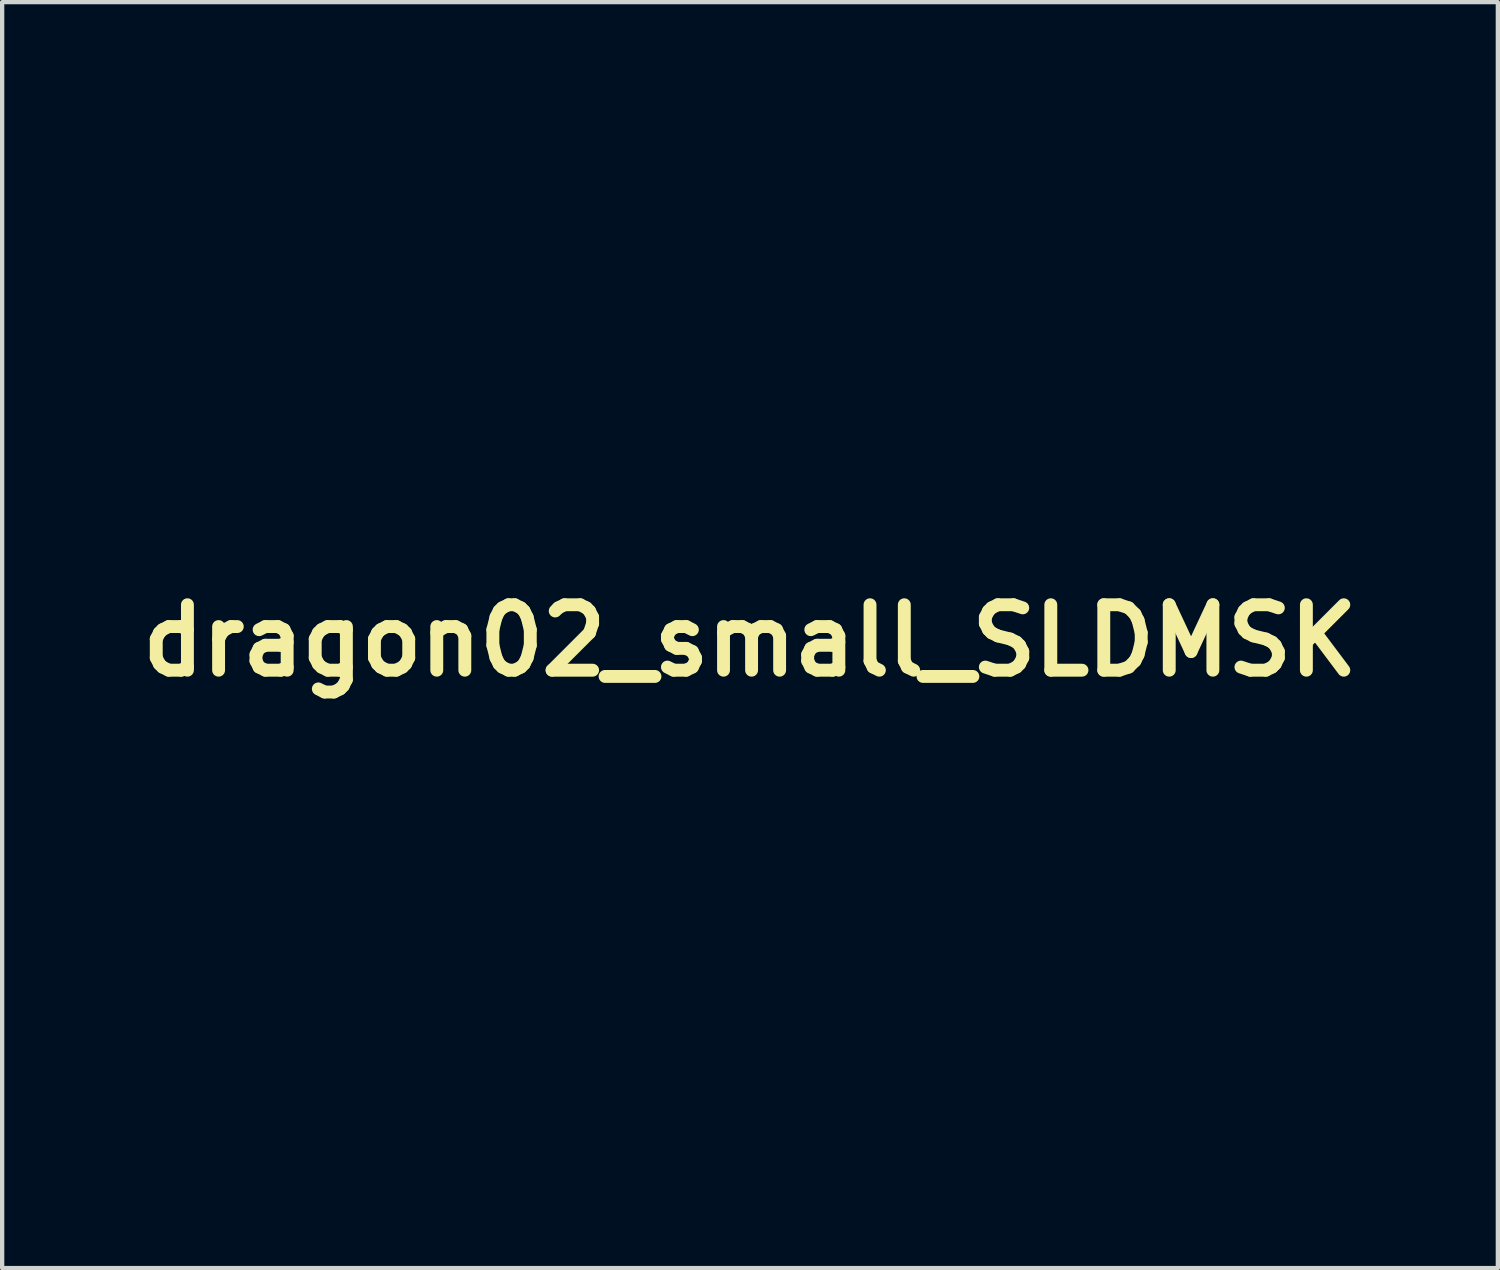
<source format=kicad_pcb>
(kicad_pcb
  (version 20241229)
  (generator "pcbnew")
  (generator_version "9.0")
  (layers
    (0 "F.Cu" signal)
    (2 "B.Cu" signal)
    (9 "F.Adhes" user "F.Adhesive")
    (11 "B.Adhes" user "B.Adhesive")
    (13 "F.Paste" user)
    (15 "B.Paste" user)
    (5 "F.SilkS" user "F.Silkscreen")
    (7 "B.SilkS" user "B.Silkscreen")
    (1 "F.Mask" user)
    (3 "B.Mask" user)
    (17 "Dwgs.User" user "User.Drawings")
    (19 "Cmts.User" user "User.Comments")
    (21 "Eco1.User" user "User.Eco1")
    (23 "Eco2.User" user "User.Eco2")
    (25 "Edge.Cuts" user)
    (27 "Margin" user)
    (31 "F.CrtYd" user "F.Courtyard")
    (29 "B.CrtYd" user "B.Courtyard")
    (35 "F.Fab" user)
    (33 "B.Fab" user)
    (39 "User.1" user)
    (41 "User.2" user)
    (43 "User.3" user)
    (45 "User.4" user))
  (footprint "dragon02_small_SLDMSK"
    (layer "F.Cu")
    (at 14.413 11.865)
    (property "Reference" "dragon02_small_SLDMSK" (at 0 0 0) (layer "F.SilkS") (effects (font (size 1.524 1.524) (thickness 0.3))))
    (attr through_hole)
    (fp_poly (pts (xy 1.686 9.169) (xy 1.712 9.194) (xy 1.709 9.237) (xy 1.68 9.287) (xy 1.638 9.325) (xy 1.599 9.339) (xy 1.571 9.327) (xy 1.563 9.299) (xy 1.576 9.26) (xy 1.607 9.217) (xy 1.644 9.183) (xy 1.678 9.168) (xy 1.686 9.169)) (stroke (width 0.01) (type solid)) (fill yes) (layer "F.Mask"))
    (fp_poly (pts (xy 1.954 -0.715) (xy 2.108 -0.695) (xy 2.293 -0.663) (xy 2.491 -0.622) (xy 2.793 -0.547) (xy 3.106 -0.452) (xy 3.424 -0.338) (xy 3.74 -0.209) (xy 4.047 -0.068) (xy 4.338 0.081) (xy 4.606 0.237) (xy 4.844 0.395) (xy 4.914 0.446) (xy 5.038 0.543) (xy 5.147 0.635) (xy 5.238 0.719) (xy 5.307 0.79) (xy 5.351 0.847) (xy 5.367 0.886) (xy 5.365 0.897) (xy 5.339 0.903) (xy 5.28 0.893) (xy 5.186 0.867) (xy 5.058 0.824) (xy 4.895 0.765) (xy 4.839 0.745) (xy 4.742 0.709) (xy 4.656 0.679) (xy 4.59 0.659) (xy 4.549 0.649) (xy 4.541 0.649) (xy 4.54 0.666) (xy 4.566 0.711) (xy 4.617 0.784) (xy 4.681 0.869) (xy 4.881 1.132) (xy 5.055 1.377) (xy 5.208 1.613) (xy 5.345 1.847) (xy 5.469 2.087) (xy 5.587 2.339) (xy 5.632 2.444) (xy 5.702 2.617) (xy 5.769 2.802) (xy 5.831 2.991) (xy 5.888 3.18) (xy 5.936 3.361) (xy 5.975 3.528) (xy 6.002 3.675) (xy 6.016 3.796) (xy 6.018 3.84) (xy 6.015 3.898) (xy 6.007 3.932) (xy 5.991 3.94) (xy 5.965 3.921) (xy 5.929 3.874) (xy 5.88 3.796) (xy 5.817 3.685) (xy 5.756 3.575) (xy 5.679 3.439) (xy 5.597 3.304) (xy 5.514 3.174) (xy 5.432 3.053) (xy 5.355 2.946) (xy 5.285 2.856) (xy 5.225 2.788) (xy 5.18 2.747) (xy 5.154 2.735) (xy 5.146 2.755) (xy 5.142 2.811) (xy 5.142 2.903) (xy 5.147 3.028) (xy 5.157 3.186) (xy 5.17 3.374) (xy 5.178 3.477) (xy 5.189 3.843) (xy 5.163 4.217) (xy 5.102 4.594) (xy 5.006 4.97) (xy 4.877 5.342) (xy 4.715 5.707) (xy 4.523 6.061) (xy 4.303 6.396) (xy 4.242 6.477) (xy 4.165 6.574) (xy 4.076 6.682) (xy 3.982 6.794) (xy 3.887 6.904) (xy 3.797 7.005) (xy 3.718 7.092) (xy 3.653 7.159) (xy 3.623 7.187) (xy 3.56 7.237) (xy 3.512 7.265) (xy 3.484 7.267) (xy 3.478 7.254) (xy 3.487 7.232) (xy 3.512 7.184) (xy 3.55 7.115) (xy 3.596 7.032) (xy 3.607 7.014) (xy 3.72 6.812) (xy 3.813 6.637) (xy 3.886 6.484) (xy 3.942 6.349) (xy 3.982 6.227) (xy 4.007 6.113) (xy 4.02 6.003) (xy 4.022 5.892) (xy 4.021 5.866) (xy 4.015 5.723) (xy 3.831 5.873) (xy 3.612 6.041) (xy 3.404 6.178) (xy 3.214 6.282) (xy 3 6.374) (xy 2.771 6.452) (xy 2.539 6.515) (xy 2.312 6.559) (xy 2.101 6.582) (xy 2.009 6.584) (xy 1.903 6.581) (xy 1.832 6.571) (xy 1.798 6.554) (xy 1.801 6.53) (xy 1.84 6.499) (xy 1.917 6.459) (xy 2.031 6.411) (xy 2.183 6.355) (xy 2.228 6.339) (xy 2.585 6.195) (xy 2.924 6.019) (xy 3.243 5.812) (xy 3.541 5.578) (xy 3.814 5.318) (xy 4.062 5.034) (xy 4.281 4.73) (xy 4.471 4.407) (xy 4.628 4.067) (xy 4.751 3.714) (xy 4.82 3.44) (xy 4.841 3.339) (xy 4.855 3.25) (xy 4.864 3.163) (xy 4.87 3.066) (xy 4.872 2.949) (xy 4.873 2.853) (xy 4.872 2.693) (xy 4.867 2.564) (xy 4.858 2.456) (xy 4.843 2.361) (xy 4.839 2.336) (xy 4.752 2) (xy 4.629 1.679) (xy 4.47 1.373) (xy 4.276 1.083) (xy 4.045 0.807) (xy 3.778 0.547) (xy 3.476 0.302) (xy 3.138 0.072) (xy 3.071 0.031) (xy 2.962 -0.033) (xy 2.856 -0.092) (xy 2.747 -0.149) (xy 2.626 -0.207) (xy 2.486 -0.271) (xy 2.32 -0.344) (xy 2.237 -0.379) (xy 2.078 -0.448) (xy 1.951 -0.503) (xy 1.853 -0.547) (xy 1.781 -0.582) (xy 1.73 -0.609) (xy 1.697 -0.631) (xy 1.679 -0.649) (xy 1.671 -0.666) (xy 1.671 -0.674) (xy 1.689 -0.703) (xy 1.743 -0.719) (xy 1.832 -0.723) (xy 1.954 -0.715)) (stroke (width 0.01) (type solid)) (fill yes) (layer "F.Mask"))
    (fp_poly (pts (xy -3.502 -1.645) (xy -3.458 -1.61) (xy -3.403 -1.545) (xy -3.39 -1.528) (xy -3.357 -1.477) (xy -3.312 -1.401) (xy -3.259 -1.308) (xy -3.204 -1.206) (xy -3.183 -1.167) (xy -3.059 -0.941) (xy -2.938 -0.744) (xy -2.813 -0.565) (xy -2.677 -0.396) (xy -2.665 -0.382) (xy -2.514 -0.208) (xy -2.556 0.132) (xy -2.574 0.276) (xy -2.591 0.385) (xy -2.607 0.465) (xy -2.625 0.519) (xy -2.645 0.553) (xy -2.669 0.571) (xy -2.699 0.577) (xy -2.706 0.577) (xy -2.741 0.582) (xy -2.769 0.601) (xy -2.79 0.637) (xy -2.808 0.696) (xy -2.824 0.784) (xy -2.84 0.905) (xy -2.843 0.93) (xy -2.861 1.099) (xy -2.87 1.233) (xy -2.87 1.335) (xy -2.861 1.408) (xy -2.843 1.455) (xy -2.815 1.48) (xy -2.786 1.485) (xy -2.725 1.468) (xy -2.667 1.423) (xy -2.623 1.361) (xy -2.607 1.313) (xy -2.587 1.215) (xy -2.559 1.144) (xy -2.517 1.087) (xy -2.466 1.04) (xy -2.411 0.994) (xy -2.339 0.931) (xy -2.263 0.862) (xy -2.228 0.828) (xy -2.101 0.713) (xy -1.99 0.621) (xy -1.885 0.545) (xy -1.777 0.48) (xy -1.696 0.438) (xy -1.48 0.345) (xy -1.272 0.287) (xy -1.076 0.266) (xy -0.891 0.281) (xy -0.778 0.31) (xy -0.683 0.347) (xy -0.627 0.381) (xy -0.61 0.412) (xy -0.621 0.433) (xy -0.647 0.441) (xy -0.706 0.45) (xy -0.792 0.458) (xy -0.898 0.465) (xy -0.962 0.468) (xy -1.101 0.475) (xy -1.21 0.486) (xy -1.301 0.502) (xy -1.382 0.528) (xy -1.464 0.566) (xy -1.557 0.619) (xy -1.67 0.692) (xy -1.671 0.692) (xy -1.821 0.797) (xy -1.936 0.895) (xy -2.02 0.99) (xy -2.074 1.086) (xy -2.103 1.187) (xy -2.11 1.271) (xy -2.105 1.339) (xy -2.094 1.394) (xy -2.084 1.415) (xy -2.063 1.437) (xy -2.036 1.441) (xy -1.988 1.428) (xy -1.982 1.426) (xy -1.929 1.406) (xy -1.855 1.374) (xy -1.772 1.335) (xy -1.739 1.319) (xy -1.502 1.216) (xy -1.275 1.149) (xy -1.056 1.117) (xy -0.961 1.114) (xy -0.862 1.119) (xy -0.78 1.132) (xy -0.721 1.152) (xy -0.689 1.176) (xy -0.687 1.202) (xy -0.718 1.228) (xy -0.75 1.241) (xy -0.81 1.261) (xy -0.89 1.286) (xy -0.967 1.309) (xy -1.157 1.372) (xy -1.338 1.446) (xy -1.502 1.53) (xy -1.643 1.617) (xy -1.744 1.698) (xy -1.823 1.781) (xy -1.89 1.866) (xy -1.939 1.947) (xy -1.966 2.016) (xy -1.97 2.055) (xy -1.964 2.075) (xy -1.95 2.091) (xy -1.923 2.105) (xy -1.878 2.116) (xy -1.811 2.127) (xy -1.715 2.139) (xy -1.587 2.153) (xy -1.541 2.157) (xy -1.314 2.187) (xy -1.117 2.226) (xy -0.942 2.277) (xy -0.78 2.343) (xy -0.752 2.356) (xy -0.644 2.418) (xy -0.538 2.494) (xy -0.444 2.576) (xy -0.372 2.656) (xy -0.353 2.684) (xy -0.322 2.739) (xy -0.312 2.775) (xy -0.324 2.79) (xy -0.361 2.787) (xy -0.426 2.763) (xy -0.52 2.72) (xy -0.592 2.686) (xy -0.702 2.634) (xy -0.804 2.594) (xy -0.907 2.565) (xy -1.018 2.543) (xy -1.146 2.527) (xy -1.301 2.516) (xy -1.397 2.511) (xy -1.5 2.506) (xy -1.592 2.501) (xy -1.664 2.495) (xy -1.708 2.491) (xy -1.714 2.49) (xy -1.738 2.49) (xy -1.759 2.505) (xy -1.784 2.541) (xy -1.816 2.605) (xy -1.828 2.629) (xy -1.887 2.736) (xy -1.947 2.806) (xy -2.01 2.842) (xy -2.081 2.846) (xy -2.12 2.836) (xy -2.165 2.818) (xy -2.218 2.791) (xy -2.218 2.791) (xy -2.26 2.776) (xy -2.331 2.758) (xy -2.421 2.739) (xy -2.523 2.721) (xy -2.541 2.718) (xy -2.646 2.701) (xy -2.746 2.683) (xy -2.829 2.665) (xy -2.884 2.65) (xy -2.889 2.649) (xy -2.947 2.623) (xy -3.01 2.587) (xy -3.071 2.546) (xy -3.12 2.508) (xy -3.15 2.476) (xy -3.154 2.46) (xy -3.13 2.449) (xy -3.081 2.441) (xy -3.062 2.44) (xy -2.995 2.435) (xy -2.935 2.427) (xy -2.927 2.425) (xy -2.907 2.42) (xy -2.898 2.411) (xy -2.901 2.394) (xy -2.92 2.365) (xy -2.958 2.318) (xy -3.016 2.25) (xy -3.07 2.188) (xy -3.262 1.96) (xy -3.426 1.747) (xy -3.565 1.541) (xy -3.684 1.338) (xy -3.787 1.129) (xy -3.877 0.909) (xy -3.887 0.881) (xy -3.91 0.811) (xy -3.934 0.723) (xy -3.958 0.625) (xy -3.98 0.523) (xy -3.998 0.426) (xy -4.012 0.339) (xy -4.021 0.271) (xy -4.022 0.227) (xy -4.017 0.215) (xy -4.002 0.229) (xy -3.969 0.268) (xy -3.921 0.325) (xy -3.872 0.386) (xy -3.811 0.461) (xy -3.754 0.528) (xy -3.708 0.581) (xy -3.685 0.604) (xy -3.634 0.652) (xy -3.646 0.585) (xy -3.654 0.544) (xy -3.67 0.472) (xy -3.691 0.379) (xy -3.716 0.271) (xy -3.735 0.19) (xy -3.765 0.055) (xy -3.796 -0.092) (xy -3.823 -0.238) (xy -3.846 -0.366) (xy -3.852 -0.406) (xy -3.869 -0.539) (xy -3.883 -0.674) (xy -3.891 -0.804) (xy -3.895 -0.922) (xy -3.894 -1.023) (xy -3.889 -1.101) (xy -3.878 -1.148) (xy -3.872 -1.157) (xy -3.842 -1.165) (xy -3.809 -1.136) (xy -3.772 -1.07) (xy -3.734 -0.97) (xy -3.725 -0.943) (xy -3.678 -0.795) (xy -3.657 -0.92) (xy -3.647 -0.989) (xy -3.636 -1.084) (xy -3.625 -1.193) (xy -3.616 -1.304) (xy -3.615 -1.307) (xy -3.602 -1.447) (xy -3.586 -1.55) (xy -3.564 -1.616) (xy -3.537 -1.647) (xy -3.502 -1.645)) (stroke (width 0.01) (type solid)) (fill yes) (layer "F.Mask"))
    (fp_poly (pts (xy -1.361 -7.755) (xy -1.222 -7.752) (xy -1.117 -7.745) (xy -1.046 -7.734) (xy -1.009 -7.716) (xy -1.007 -7.691) (xy -1.04 -7.657) (xy -1.108 -7.614) (xy -1.211 -7.559) (xy -1.351 -7.493) (xy -1.456 -7.446) (xy -1.699 -7.33) (xy -1.911 -7.214) (xy -2.097 -7.094) (xy -2.239 -6.988) (xy -2.464 -6.786) (xy -2.675 -6.555) (xy -2.867 -6.302) (xy -3.038 -6.034) (xy -3.181 -5.757) (xy -3.295 -5.477) (xy -3.358 -5.266) (xy -3.42 -4.948) (xy -3.45 -4.628) (xy -3.448 -4.312) (xy -3.415 -4.005) (xy -3.35 -3.711) (xy -3.254 -3.436) (xy -3.242 -3.408) (xy -3.096 -3.124) (xy -2.915 -2.856) (xy -2.7 -2.605) (xy -2.451 -2.372) (xy -2.17 -2.157) (xy -1.858 -1.962) (xy -1.514 -1.786) (xy -1.231 -1.665) (xy -0.966 -1.567) (xy -0.701 -1.484) (xy -0.432 -1.413) (xy -0.152 -1.354) (xy 0.145 -1.305) (xy 0.466 -1.265) (xy 0.816 -1.234) (xy 0.998 -1.221) (xy 1.237 -1.205) (xy 1.446 -1.188) (xy 1.625 -1.172) (xy 1.771 -1.156) (xy 1.884 -1.14) (xy 1.96 -1.125) (xy 1.995 -1.113) (xy 2.025 -1.093) (xy 2.022 -1.078) (xy 2.006 -1.065) (xy 1.969 -1.049) (xy 1.9 -1.03) (xy 1.795 -1.008) (xy 1.655 -0.982) (xy 1.478 -0.953) (xy 1.377 -0.937) (xy 1.207 -0.91) (xy 1.075 -0.886) (xy 0.982 -0.866) (xy 0.926 -0.85) (xy 0.908 -0.839) (xy 0.918 -0.819) (xy 0.959 -0.782) (xy 1.027 -0.728) (xy 1.121 -0.66) (xy 1.236 -0.581) (xy 1.371 -0.491) (xy 1.504 -0.405) (xy 1.756 -0.24) (xy 1.981 -0.086) (xy 2.177 0.056) (xy 2.344 0.186) (xy 2.481 0.303) (xy 2.585 0.405) (xy 2.655 0.492) (xy 2.678 0.53) (xy 2.705 0.588) (xy 2.716 0.625) (xy 2.708 0.642) (xy 2.679 0.637) (xy 2.627 0.61) (xy 2.549 0.56) (xy 2.443 0.488) (xy 2.413 0.467) (xy 2.274 0.372) (xy 2.145 0.291) (xy 2.019 0.22) (xy 1.891 0.157) (xy 1.755 0.1) (xy 1.606 0.047) (xy 1.437 -0.004) (xy 1.243 -0.057) (xy 1.019 -0.113) (xy 0.92 -0.136) (xy 0.704 -0.188) (xy 0.52 -0.235) (xy 0.361 -0.278) (xy 0.221 -0.321) (xy 0.092 -0.365) (xy -0.032 -0.412) (xy -0.157 -0.466) (xy -0.291 -0.527) (xy -0.313 -0.537) (xy -0.416 -0.585) (xy -0.509 -0.628) (xy -0.587 -0.662) (xy -0.641 -0.685) (xy -0.661 -0.693) (xy -0.694 -0.699) (xy -0.699 -0.682) (xy -0.693 -0.661) (xy -0.662 -0.589) (xy -0.605 -0.49) (xy -0.524 -0.368) (xy -0.42 -0.224) (xy -0.295 -0.062) (xy -0.151 0.118) (xy -0.079 0.205) (xy 0.023 0.329) (xy 0.103 0.426) (xy 0.162 0.5) (xy 0.204 0.555) (xy 0.23 0.593) (xy 0.244 0.619) (xy 0.247 0.635) (xy 0.245 0.644) (xy 0.212 0.661) (xy 0.147 0.656) (xy 0.052 0.628) (xy 0.049 0.627) (xy -0.113 0.558) (xy -0.295 0.462) (xy -0.493 0.342) (xy -0.703 0.201) (xy -0.921 0.042) (xy -1.143 -0.131) (xy -1.364 -0.315) (xy -1.582 -0.506) (xy -1.791 -0.702) (xy -1.988 -0.899) (xy -2.169 -1.094) (xy -2.329 -1.283) (xy -2.406 -1.381) (xy -2.495 -1.494) (xy -2.568 -1.576) (xy -2.623 -1.625) (xy -2.66 -1.641) (xy -2.674 -1.624) (xy -2.677 -1.578) (xy -2.669 -1.511) (xy -2.652 -1.432) (xy -2.627 -1.348) (xy -2.626 -1.344) (xy -2.6 -1.279) (xy -2.561 -1.187) (xy -2.514 -1.078) (xy -2.461 -0.962) (xy -2.422 -0.878) (xy -2.352 -0.728) (xy -2.3 -0.612) (xy -2.267 -0.528) (xy -2.253 -0.474) (xy -2.257 -0.45) (xy -2.28 -0.455) (xy -2.322 -0.487) (xy -2.383 -0.544) (xy -2.457 -0.619) (xy -2.676 -0.859) (xy -2.878 -1.107) (xy -3.059 -1.359) (xy -3.214 -1.606) (xy -3.321 -1.807) (xy -3.36 -1.889) (xy -3.405 -1.99) (xy -3.453 -2.102) (xy -3.503 -2.22) (xy -3.552 -2.338) (xy -3.598 -2.449) (xy -3.637 -2.549) (xy -3.667 -2.63) (xy -3.687 -2.687) (xy -3.693 -2.712) (xy -3.704 -2.734) (xy -3.709 -2.735) (xy -3.727 -2.716) (xy -3.749 -2.662) (xy -3.776 -2.573) (xy -3.806 -2.454) (xy -3.839 -2.307) (xy -3.875 -2.135) (xy -3.912 -1.939) (xy -3.937 -1.8) (xy -3.961 -1.66) (xy -3.98 -1.554) (xy -3.996 -1.477) (xy -4.008 -1.424) (xy -4.018 -1.392) (xy -4.027 -1.375) (xy -4.037 -1.368) (xy -4.042 -1.368) (xy -4.065 -1.387) (xy -4.09 -1.441) (xy -4.119 -1.526) (xy -4.149 -1.64) (xy -4.18 -1.778) (xy -4.212 -1.937) (xy -4.244 -2.114) (xy -4.275 -2.304) (xy -4.305 -2.503) (xy -4.332 -2.71) (xy -4.356 -2.919) (xy -4.376 -3.116) (xy -4.387 -3.281) (xy -4.394 -3.47) (xy -4.395 -3.671) (xy -4.392 -3.873) (xy -4.384 -4.064) (xy -4.371 -4.231) (xy -4.367 -4.269) (xy -4.354 -4.384) (xy -4.345 -4.465) (xy -4.341 -4.519) (xy -4.341 -4.551) (xy -4.344 -4.566) (xy -4.352 -4.572) (xy -4.365 -4.572) (xy -4.366 -4.572) (xy -4.394 -4.555) (xy -4.436 -4.504) (xy -4.491 -4.424) (xy -4.556 -4.317) (xy -4.629 -4.186) (xy -4.71 -4.035) (xy -4.795 -3.865) (xy -4.823 -3.808) (xy -4.896 -3.658) (xy -4.955 -3.54) (xy -5.002 -3.451) (xy -5.039 -3.389) (xy -5.068 -3.35) (xy -5.09 -3.33) (xy -5.108 -3.328) (xy -5.123 -3.337) (xy -5.137 -3.373) (xy -5.143 -3.441) (xy -5.142 -3.537) (xy -5.135 -3.653) (xy -5.121 -3.785) (xy -5.103 -3.927) (xy -5.08 -4.073) (xy -5.052 -4.218) (xy -5.023 -4.347) (xy -4.935 -4.661) (xy -4.831 -4.948) (xy -4.706 -5.217) (xy -4.555 -5.476) (xy -4.376 -5.731) (xy -4.165 -5.989) (xy -4.14 -6.018) (xy -4.046 -6.126) (xy -3.977 -6.209) (xy -3.934 -6.269) (xy -3.913 -6.309) (xy -3.915 -6.334) (xy -3.938 -6.345) (xy -3.981 -6.346) (xy -4.022 -6.342) (xy -4.186 -6.314) (xy -4.373 -6.267) (xy -4.571 -6.205) (xy -4.773 -6.13) (xy -4.968 -6.046) (xy -5.146 -5.957) (xy -5.257 -5.893) (xy -5.34 -5.843) (xy -5.396 -5.815) (xy -5.43 -5.807) (xy -5.447 -5.818) (xy -5.451 -5.848) (xy -5.451 -5.85) (xy -5.436 -5.909) (xy -5.394 -5.987) (xy -5.328 -6.08) (xy -5.242 -6.183) (xy -5.14 -6.292) (xy -5.026 -6.402) (xy -4.904 -6.509) (xy -4.786 -6.603) (xy -4.464 -6.825) (xy -4.116 -7.027) (xy -3.745 -7.209) (xy -3.359 -7.368) (xy -2.963 -7.502) (xy -2.562 -7.61) (xy -2.163 -7.689) (xy -1.77 -7.738) (xy -1.39 -7.755) (xy -1.361 -7.755)) (stroke (width 0.01) (type solid)) (fill yes) (layer "F.Mask"))
    (fp_poly (pts (xy -0.552 -7.44) (xy -0.508 -7.414) (xy -0.498 -7.395) (xy -0.503 -7.371) (xy -0.525 -7.34) (xy -0.568 -7.298) (xy -0.634 -7.242) (xy -0.727 -7.17) (xy -0.811 -7.107) (xy -0.957 -6.996) (xy -1.079 -6.899) (xy -1.181 -6.81) (xy -1.27 -6.723) (xy -1.353 -6.631) (xy -1.436 -6.526) (xy -1.524 -6.404) (xy -1.625 -6.256) (xy -1.658 -6.206) (xy -1.743 -6.082) (xy -1.811 -5.99) (xy -1.865 -5.933) (xy -1.906 -5.907) (xy -1.937 -5.914) (xy -1.959 -5.952) (xy -1.974 -6.021) (xy -1.983 -6.112) (xy -1.996 -6.222) (xy -2.015 -6.298) (xy -2.042 -6.345) (xy -2.079 -6.366) (xy -2.107 -6.37) (xy -2.18 -6.352) (xy -2.264 -6.299) (xy -2.357 -6.215) (xy -2.457 -6.102) (xy -2.561 -5.962) (xy -2.668 -5.797) (xy -2.691 -5.758) (xy -2.768 -5.621) (xy -2.823 -5.512) (xy -2.857 -5.426) (xy -2.871 -5.36) (xy -2.872 -5.343) (xy -2.864 -5.308) (xy -2.839 -5.297) (xy -2.79 -5.31) (xy -2.716 -5.347) (xy -2.715 -5.348) (xy -2.656 -5.378) (xy -2.617 -5.385) (xy -2.59 -5.366) (xy -2.568 -5.317) (xy -2.547 -5.244) (xy -2.526 -5.173) (xy -2.503 -5.112) (xy -2.488 -5.083) (xy -2.471 -5.06) (xy -2.449 -5.047) (xy -2.414 -5.041) (xy -2.355 -5.042) (xy -2.297 -5.045) (xy -2.135 -5.053) (xy -2.124 -4.778) (xy -2.099 -4.509) (xy -2.045 -4.255) (xy -1.966 -4.018) (xy -1.862 -3.803) (xy -1.735 -3.615) (xy -1.604 -3.472) (xy -1.513 -3.394) (xy -1.436 -3.347) (xy -1.373 -3.33) (xy -1.323 -3.346) (xy -1.285 -3.394) (xy -1.259 -3.476) (xy -1.244 -3.593) (xy -1.239 -3.745) (xy -1.245 -3.934) (xy -1.249 -4.015) (xy -1.255 -4.129) (xy -1.258 -4.234) (xy -1.259 -4.321) (xy -1.257 -4.382) (xy -1.254 -4.406) (xy -1.225 -4.459) (xy -1.174 -4.508) (xy -1.171 -4.51) (xy -1.124 -4.546) (xy -1.09 -4.585) (xy -1.067 -4.635) (xy -1.052 -4.703) (xy -1.044 -4.796) (xy -1.039 -4.908) (xy -1.035 -5.019) (xy -1.028 -5.097) (xy -1.016 -5.15) (xy -0.994 -5.185) (xy -0.96 -5.208) (xy -0.91 -5.226) (xy -0.879 -5.235) (xy -0.806 -5.265) (xy -0.734 -5.306) (xy -0.72 -5.317) (xy -0.674 -5.35) (xy -0.638 -5.371) (xy -0.629 -5.373) (xy -0.606 -5.363) (xy -0.558 -5.335) (xy -0.492 -5.295) (xy -0.437 -5.258) (xy -0.344 -5.2) (xy -0.244 -5.14) (xy -0.152 -5.088) (xy -0.118 -5.071) (xy 0.12 -4.941) (xy 0.34 -4.797) (xy 0.55 -4.634) (xy 0.76 -4.444) (xy 0.889 -4.316) (xy 1.009 -4.189) (xy 1.099 -4.086) (xy 1.161 -4.007) (xy 1.193 -3.952) (xy 1.195 -3.921) (xy 1.191 -3.917) (xy 1.164 -3.921) (xy 1.112 -3.949) (xy 1.041 -3.997) (xy 0.954 -4.062) (xy 0.873 -4.127) (xy 0.738 -4.231) (xy 0.594 -4.33) (xy 0.444 -4.421) (xy 0.295 -4.502) (xy 0.149 -4.572) (xy 0.011 -4.628) (xy -0.113 -4.669) (xy -0.221 -4.693) (xy -0.307 -4.697) (xy -0.367 -4.68) (xy -0.376 -4.674) (xy -0.402 -4.636) (xy -0.394 -4.598) (xy -0.357 -4.565) (xy -0.298 -4.542) (xy -0.22 -4.533) (xy -0.219 -4.533) (xy -0.14 -4.52) (xy -0.071 -4.485) (xy -0.023 -4.435) (xy -0.009 -4.402) (xy 0.015 -4.31) (xy 0.043 -4.231) (xy 0.083 -4.149) (xy 0.139 -4.051) (xy 0.277 -3.796) (xy 0.38 -3.541) (xy 0.453 -3.277) (xy 0.49 -3.058) (xy 0.501 -2.938) (xy 0.504 -2.804) (xy 0.502 -2.665) (xy 0.493 -2.532) (xy 0.479 -2.417) (xy 0.46 -2.33) (xy 0.46 -2.329) (xy 0.429 -2.238) (xy 0.399 -2.159) (xy 0.371 -2.099) (xy 0.349 -2.064) (xy 0.337 -2.06) (xy 0.332 -2.082) (xy 0.327 -2.138) (xy 0.321 -2.221) (xy 0.316 -2.325) (xy 0.311 -2.444) (xy 0.31 -2.477) (xy 0.3 -2.681) (xy 0.284 -2.854) (xy 0.261 -3.004) (xy 0.228 -3.138) (xy 0.182 -3.264) (xy 0.122 -3.391) (xy 0.046 -3.526) (xy 0.009 -3.587) (xy -0.045 -3.666) (xy -0.106 -3.742) (xy -0.167 -3.808) (xy -0.223 -3.858) (xy -0.266 -3.885) (xy -0.279 -3.888) (xy -0.321 -3.871) (xy -0.344 -3.823) (xy -0.351 -3.745) (xy -0.339 -3.643) (xy -0.309 -3.518) (xy -0.294 -3.469) (xy -0.249 -3.291) (xy -0.219 -3.093) (xy -0.203 -2.883) (xy -0.202 -2.67) (xy -0.216 -2.463) (xy -0.244 -2.269) (xy -0.286 -2.097) (xy -0.326 -1.988) (xy -0.355 -1.927) (xy -0.378 -1.888) (xy -0.396 -1.872) (xy -0.409 -1.884) (xy -0.419 -1.924) (xy -0.425 -1.995) (xy -0.428 -2.099) (xy -0.43 -2.238) (xy -0.43 -2.349) (xy -0.433 -2.6) (xy -0.443 -2.814) (xy -0.46 -2.993) (xy -0.484 -3.139) (xy -0.516 -3.255) (xy -0.556 -3.342) (xy -0.605 -3.402) (xy -0.644 -3.429) (xy -0.687 -3.448) (xy -0.721 -3.449) (xy -0.766 -3.431) (xy -0.778 -3.425) (xy -0.843 -3.372) (xy -0.892 -3.285) (xy -0.925 -3.166) (xy -0.942 -3.016) (xy -0.942 -2.839) (xy -0.925 -2.635) (xy -0.91 -2.524) (xy -0.897 -2.435) (xy -0.888 -2.362) (xy -0.884 -2.312) (xy -0.884 -2.294) (xy -0.899 -2.304) (xy -0.931 -2.339) (xy -0.974 -2.391) (xy -0.983 -2.403) (xy -1.042 -2.474) (xy -1.084 -2.513) (xy -1.108 -2.52) (xy -1.114 -2.503) (xy -1.107 -2.478) (xy -1.09 -2.426) (xy -1.066 -2.36) (xy -1.065 -2.356) (xy -1.036 -2.261) (xy -1.034 -2.195) (xy -1.057 -2.158) (xy -1.107 -2.15) (xy -1.183 -2.171) (xy -1.242 -2.198) (xy -1.392 -2.287) (xy -1.553 -2.407) (xy -1.72 -2.552) (xy -1.889 -2.717) (xy -2.055 -2.896) (xy -2.213 -3.085) (xy -2.359 -3.277) (xy -2.487 -3.468) (xy -2.594 -3.651) (xy -2.675 -3.823) (xy -2.699 -3.886) (xy -2.734 -3.975) (xy -2.766 -4.028) (xy -2.796 -4.044) (xy -2.814 -4.027) (xy -2.823 -3.979) (xy -2.824 -3.91) (xy -2.815 -3.827) (xy -2.807 -3.778) (xy -2.75 -3.58) (xy -2.66 -3.371) (xy -2.541 -3.154) (xy -2.393 -2.935) (xy -2.356 -2.884) (xy -2.269 -2.769) (xy -2.207 -2.681) (xy -2.167 -2.617) (xy -2.148 -2.574) (xy -2.148 -2.552) (xy -2.152 -2.548) (xy -2.173 -2.556) (xy -2.215 -2.59) (xy -2.274 -2.643) (xy -2.346 -2.712) (xy -2.425 -2.791) (xy -2.508 -2.877) (xy -2.589 -2.965) (xy -2.664 -3.05) (xy -2.73 -3.128) (xy -2.767 -3.175) (xy -2.947 -3.432) (xy -3.092 -3.681) (xy -3.202 -3.926) (xy -3.281 -4.17) (xy -3.313 -4.312) (xy -3.335 -4.487) (xy -3.34 -4.679) (xy -3.328 -4.873) (xy -3.301 -5.056) (xy -3.274 -5.168) (xy -3.175 -5.432) (xy -3.039 -5.691) (xy -2.866 -5.943) (xy -2.657 -6.189) (xy -2.413 -6.427) (xy -2.134 -6.655) (xy -1.823 -6.874) (xy -1.48 -7.082) (xy -1.216 -7.223) (xy -1.027 -7.314) (xy -0.866 -7.381) (xy -0.733 -7.425) (xy -0.628 -7.445) (xy -0.552 -7.44)) (stroke (width 0.01) (type solid)) (fill yes) (layer "F.Mask"))
    (fp_poly (pts (xy 0.305 -11.854) (xy 0.313 -11.846) (xy 0.306 -11.824) (xy 0.29 -11.772) (xy 0.265 -11.698) (xy 0.234 -11.61) (xy 0.23 -11.597) (xy 0.147 -11.362) (xy 0.147 -10.717) (xy 0.147 -10.534) (xy 0.148 -10.384) (xy 0.15 -10.264) (xy 0.152 -10.168) (xy 0.157 -10.09) (xy 0.163 -10.027) (xy 0.17 -9.971) (xy 0.18 -9.92) (xy 0.183 -9.906) (xy 0.206 -9.812) (xy 0.237 -9.704) (xy 0.273 -9.59) (xy 0.311 -9.481) (xy 0.347 -9.384) (xy 0.38 -9.308) (xy 0.401 -9.267) (xy 0.426 -9.234) (xy 0.443 -9.231) (xy 0.459 -9.248) (xy 0.474 -9.282) (xy 0.492 -9.342) (xy 0.51 -9.42) (xy 0.517 -9.451) (xy 0.575 -9.675) (xy 0.659 -9.899) (xy 0.764 -10.117) (xy 0.887 -10.322) (xy 1.024 -10.51) (xy 1.171 -10.672) (xy 1.325 -10.805) (xy 1.386 -10.847) (xy 1.456 -10.885) (xy 1.509 -10.901) (xy 1.538 -10.893) (xy 1.544 -10.877) (xy 1.53 -10.838) (xy 1.493 -10.774) (xy 1.431 -10.685) (xy 1.349 -10.576) (xy 1.287 -10.499) (xy 1.166 -10.341) (xy 1.073 -10.199) (xy 1.003 -10.067) (xy 0.953 -9.939) (xy 0.952 -9.935) (xy 0.935 -9.876) (xy 0.923 -9.819) (xy 0.915 -9.755) (xy 0.911 -9.676) (xy 0.909 -9.571) (xy 0.909 -9.486) (xy 0.912 -9.328) (xy 0.92 -9.199) (xy 0.935 -9.089) (xy 0.96 -8.99) (xy 0.997 -8.89) (xy 1.04 -8.794) (xy 1.078 -8.724) (xy 1.124 -8.654) (xy 1.172 -8.591) (xy 1.217 -8.543) (xy 1.253 -8.515) (xy 1.273 -8.514) (xy 1.28 -8.538) (xy 1.288 -8.594) (xy 1.297 -8.676) (xy 1.305 -8.775) (xy 1.31 -8.842) (xy 1.326 -9.045) (xy 1.347 -9.23) (xy 1.371 -9.39) (xy 1.397 -9.52) (xy 1.407 -9.558) (xy 1.432 -9.622) (xy 1.463 -9.672) (xy 1.494 -9.702) (xy 1.52 -9.702) (xy 1.522 -9.701) (xy 1.529 -9.676) (xy 1.538 -9.618) (xy 1.547 -9.535) (xy 1.555 -9.432) (xy 1.561 -9.329) (xy 1.571 -9.191) (xy 1.582 -9.067) (xy 1.594 -8.965) (xy 1.607 -8.893) (xy 1.612 -8.875) (xy 1.642 -8.785) (xy 1.681 -8.686) (xy 1.725 -8.583) (xy 1.771 -8.483) (xy 1.817 -8.393) (xy 1.858 -8.319) (xy 1.892 -8.268) (xy 1.916 -8.246) (xy 1.919 -8.245) (xy 1.937 -8.263) (xy 1.967 -8.312) (xy 2.004 -8.389) (xy 2.048 -8.488) (xy 2.094 -8.603) (xy 2.096 -8.608) (xy 2.135 -8.704) (xy 2.178 -8.803) (xy 2.217 -8.889) (xy 2.227 -8.91) (xy 2.284 -9.015) (xy 2.353 -9.129) (xy 2.428 -9.246) (xy 2.507 -9.359) (xy 2.583 -9.462) (xy 2.654 -9.549) (xy 2.713 -9.613) (xy 2.749 -9.643) (xy 2.783 -9.662) (xy 2.799 -9.656) (xy 2.807 -9.64) (xy 2.812 -9.611) (xy 2.807 -9.568) (xy 2.791 -9.507) (xy 2.762 -9.425) (xy 2.72 -9.317) (xy 2.663 -9.18) (xy 2.628 -9.098) (xy 2.556 -8.926) (xy 2.501 -8.78) (xy 2.459 -8.652) (xy 2.43 -8.533) (xy 2.411 -8.415) (xy 2.401 -8.289) (xy 2.396 -8.147) (xy 2.396 -8.118) (xy 2.395 -8) (xy 2.397 -7.912) (xy 2.402 -7.845) (xy 2.411 -7.79) (xy 2.425 -7.738) (xy 2.439 -7.698) (xy 2.488 -7.574) (xy 2.554 -7.428) (xy 2.632 -7.27) (xy 2.717 -7.109) (xy 2.803 -6.957) (xy 2.885 -6.823) (xy 2.907 -6.789) (xy 3.057 -6.583) (xy 3.21 -6.411) (xy 3.373 -6.263) (xy 3.533 -6.148) (xy 3.659 -6.061) (xy 3.751 -5.984) (xy 3.81 -5.916) (xy 3.84 -5.855) (xy 3.841 -5.852) (xy 3.843 -5.816) (xy 3.83 -5.77) (xy 3.8 -5.709) (xy 3.75 -5.629) (xy 3.678 -5.523) (xy 3.678 -5.523) (xy 3.627 -5.445) (xy 3.583 -5.369) (xy 3.552 -5.305) (xy 3.546 -5.286) (xy 3.536 -5.238) (xy 3.525 -5.16) (xy 3.514 -5.06) (xy 3.504 -4.947) (xy 3.498 -4.862) (xy 3.486 -4.698) (xy 3.473 -4.57) (xy 3.46 -4.475) (xy 3.445 -4.411) (xy 3.429 -4.376) (xy 3.421 -4.368) (xy 3.397 -4.368) (xy 3.373 -4.4) (xy 3.347 -4.463) (xy 3.32 -4.56) (xy 3.291 -4.692) (xy 3.26 -4.86) (xy 3.227 -5.065) (xy 3.222 -5.099) (xy 3.198 -5.24) (xy 3.175 -5.345) (xy 3.15 -5.416) (xy 3.121 -5.457) (xy 3.086 -5.468) (xy 3.043 -5.455) (xy 2.989 -5.418) (xy 2.971 -5.403) (xy 2.921 -5.367) (xy 2.88 -5.347) (xy 2.863 -5.346) (xy 2.839 -5.366) (xy 2.801 -5.41) (xy 2.754 -5.469) (xy 2.738 -5.491) (xy 2.665 -5.58) (xy 2.597 -5.643) (xy 2.563 -5.664) (xy 2.489 -5.721) (xy 2.454 -5.778) (xy 2.417 -5.859) (xy 2.39 -5.91) (xy 2.366 -5.939) (xy 2.341 -5.953) (xy 2.324 -5.956) (xy 2.256 -5.985) (xy 2.198 -6.05) (xy 2.155 -6.14) (xy 2.112 -6.227) (xy 2.056 -6.286) (xy 1.994 -6.31) (xy 1.983 -6.311) (xy 1.929 -6.326) (xy 1.874 -6.364) (xy 1.834 -6.412) (xy 1.827 -6.429) (xy 1.81 -6.46) (xy 1.798 -6.467) (xy 1.778 -6.451) (xy 1.749 -6.411) (xy 1.719 -6.358) (xy 1.694 -6.305) (xy 1.681 -6.263) (xy 1.68 -6.255) (xy 1.692 -6.227) (xy 1.723 -6.174) (xy 1.77 -6.102) (xy 1.83 -6.017) (xy 1.882 -5.946) (xy 2.014 -5.764) (xy 2.126 -5.601) (xy 2.222 -5.446) (xy 2.309 -5.29) (xy 2.392 -5.122) (xy 2.477 -4.933) (xy 2.481 -4.924) (xy 2.582 -4.716) (xy 2.694 -4.537) (xy 2.824 -4.375) (xy 2.837 -4.36) (xy 2.897 -4.29) (xy 2.97 -4.196) (xy 3.048 -4.089) (xy 3.124 -3.981) (xy 3.152 -3.937) (xy 3.217 -3.839) (xy 3.297 -3.717) (xy 3.387 -3.581) (xy 3.481 -3.441) (xy 3.572 -3.304) (xy 3.606 -3.253) (xy 3.696 -3.119) (xy 3.766 -3.014) (xy 3.819 -2.934) (xy 3.857 -2.876) (xy 3.882 -2.837) (xy 3.896 -2.812) (xy 3.902 -2.799) (xy 3.901 -2.794) (xy 3.897 -2.794) (xy 3.891 -2.794) (xy 3.871 -2.808) (xy 3.832 -2.845) (xy 3.78 -2.899) (xy 3.747 -2.936) (xy 3.643 -3.056) (xy 3.522 -3.203) (xy 3.389 -3.369) (xy 3.25 -3.548) (xy 3.154 -3.673) (xy 3.082 -3.764) (xy 2.991 -3.87) (xy 2.892 -3.979) (xy 2.796 -4.08) (xy 2.774 -4.103) (xy 2.674 -4.204) (xy 2.595 -4.288) (xy 2.531 -4.363) (xy 2.475 -4.44) (xy 2.42 -4.526) (xy 2.36 -4.631) (xy 2.302 -4.738) (xy 2.158 -4.994) (xy 2.022 -5.218) (xy 1.893 -5.407) (xy 1.872 -5.436) (xy 1.809 -5.513) (xy 1.739 -5.584) (xy 1.669 -5.644) (xy 1.608 -5.687) (xy 1.561 -5.705) (xy 1.556 -5.705) (xy 1.54 -5.699) (xy 1.534 -5.678) (xy 1.538 -5.637) (xy 1.553 -5.572) (xy 1.58 -5.478) (xy 1.603 -5.402) (xy 1.638 -5.288) (xy 1.66 -5.203) (xy 1.671 -5.139) (xy 1.672 -5.089) (xy 1.664 -5.044) (xy 1.65 -5.005) (xy 1.63 -4.936) (xy 1.636 -4.882) (xy 1.67 -4.836) (xy 1.737 -4.79) (xy 1.782 -4.766) (xy 1.873 -4.718) (xy 1.931 -4.679) (xy 1.963 -4.645) (xy 1.973 -4.612) (xy 1.973 -4.61) (xy 1.955 -4.575) (xy 1.9 -4.548) (xy 1.813 -4.532) (xy 1.694 -4.527) (xy 1.671 -4.527) (xy 1.441 -4.547) (xy 1.199 -4.601) (xy 0.95 -4.684) (xy 0.698 -4.797) (xy 0.448 -4.935) (xy 0.206 -5.098) (xy 0.024 -5.241) (xy -0.067 -5.322) (xy -0.159 -5.412) (xy -0.249 -5.506) (xy -0.333 -5.599) (xy -0.405 -5.686) (xy -0.461 -5.761) (xy -0.497 -5.82) (xy -0.508 -5.855) (xy -0.503 -5.873) (xy -0.486 -5.878) (xy -0.452 -5.867) (xy -0.397 -5.84) (xy -0.319 -5.794) (xy -0.213 -5.728) (xy -0.203 -5.722) (xy -0.011 -5.602) (xy 0.151 -5.505) (xy 0.284 -5.431) (xy 0.387 -5.379) (xy 0.463 -5.349) (xy 0.512 -5.34) (xy 0.528 -5.344) (xy 0.529 -5.365) (xy 0.518 -5.415) (xy 0.497 -5.485) (xy 0.477 -5.543) (xy 0.439 -5.661) (xy 0.419 -5.754) (xy 0.417 -5.819) (xy 0.435 -5.853) (xy 0.441 -5.856) (xy 0.459 -5.843) (xy 0.493 -5.802) (xy 0.54 -5.739) (xy 0.594 -5.66) (xy 0.624 -5.616) (xy 0.727 -5.464) (xy 0.816 -5.345) (xy 0.891 -5.26) (xy 0.954 -5.206) (xy 1.006 -5.182) (xy 1.029 -5.181) (xy 1.057 -5.186) (xy 1.074 -5.198) (xy 1.083 -5.226) (xy 1.088 -5.279) (xy 1.091 -5.334) (xy 1.091 -5.425) (xy 1.087 -5.541) (xy 1.079 -5.671) (xy 1.067 -5.803) (xy 1.054 -5.925) (xy 1.039 -6.025) (xy 1.033 -6.062) (xy 0.999 -6.147) (xy 0.936 -6.218) (xy 0.839 -6.278) (xy 0.767 -6.31) (xy 0.665 -6.356) (xy 0.564 -6.413) (xy 0.47 -6.479) (xy 0.386 -6.548) (xy 0.317 -6.617) (xy 0.267 -6.68) (xy 0.242 -6.735) (xy 0.245 -6.777) (xy 0.252 -6.785) (xy 0.273 -6.795) (xy 0.308 -6.787) (xy 0.365 -6.759) (xy 0.377 -6.752) (xy 0.486 -6.693) (xy 0.59 -6.64) (xy 0.68 -6.597) (xy 0.749 -6.568) (xy 0.783 -6.557) (xy 0.837 -6.559) (xy 0.87 -6.573) (xy 0.892 -6.595) (xy 0.896 -6.624) (xy 0.884 -6.674) (xy 0.883 -6.675) (xy 0.843 -6.761) (xy 0.776 -6.852) (xy 0.691 -6.94) (xy 0.599 -7.016) (xy 0.507 -7.07) (xy 0.452 -7.091) (xy 0.392 -7.104) (xy 0.315 -7.12) (xy 0.264 -7.129) (xy 0.092 -7.18) (xy -0.079 -7.269) (xy -0.151 -7.323) (xy 1.837 -7.323) (xy 1.84 -7.262) (xy 1.85 -7.196) (xy 1.858 -7.161) (xy 1.892 -7.08) (xy 1.948 -7.014) (xy 2.033 -6.956) (xy 2.061 -6.941) (xy 2.137 -6.898) (xy 2.216 -6.847) (xy 2.245 -6.826) (xy 2.307 -6.781) (xy 2.343 -6.763) (xy 2.356 -6.77) (xy 2.35 -6.795) (xy 2.326 -6.845) (xy 2.285 -6.916) (xy 2.234 -6.997) (xy 2.18 -7.077) (xy 2.13 -7.144) (xy 2.117 -7.161) (xy 2.067 -7.215) (xy 2.008 -7.272) (xy 1.949 -7.323) (xy 1.897 -7.363) (xy 1.86 -7.384) (xy 1.853 -7.386) (xy 1.841 -7.368) (xy 1.837 -7.323) (xy -0.151 -7.323) (xy -0.248 -7.396) (xy -0.308 -7.451) (xy -0.405 -7.549) (xy -0.454 -7.606) (xy -0.07 -7.606) (xy -0.053 -7.588) (xy -0.019 -7.572) (xy 0.05 -7.552) (xy 0.126 -7.549) (xy 0.194 -7.56) (xy 0.242 -7.585) (xy 0.248 -7.592) (xy 0.269 -7.648) (xy 0.275 -7.728) (xy 0.268 -7.819) (xy 0.248 -7.911) (xy 0.218 -7.99) (xy 0.192 -8.031) (xy 0.154 -8.079) (xy 0.166 -7.931) (xy 0.171 -7.852) (xy 0.171 -7.782) (xy 0.166 -7.736) (xy 0.166 -7.734) (xy 0.135 -7.684) (xy 0.078 -7.65) (xy 0.014 -7.639) (xy -0.035 -7.631) (xy -0.058 -7.621) (xy -0.07 -7.606) (xy -0.454 -7.606) (xy -0.473 -7.627) (xy -0.511 -7.684) (xy -0.518 -7.719) (xy -0.514 -7.725) (xy -0.476 -7.737) (xy -0.411 -7.729) (xy -0.324 -7.704) (xy -0.308 -7.698) (xy -0.205 -7.659) (xy -0.478 -7.925) (xy -0.75 -8.191) (xy -1.152 -8.178) (xy -1.339 -8.171) (xy -1.495 -8.163) (xy -1.628 -8.152) (xy -1.745 -8.138) (xy -1.854 -8.12) (xy -1.962 -8.097) (xy -2.078 -8.068) (xy -2.079 -8.068) (xy -2.262 -8.02) (xy -2.412 -7.981) (xy -2.533 -7.95) (xy -2.631 -7.927) (xy -2.709 -7.91) (xy -2.774 -7.898) (xy -2.828 -7.89) (xy -2.878 -7.886) (xy -2.921 -7.883) (xy -3.009 -7.877) (xy -3.095 -7.864) (xy -3.16 -7.848) (xy -3.164 -7.846) (xy -3.232 -7.828) (xy -3.27 -7.835) (xy -3.278 -7.867) (xy -3.256 -7.922) (xy -3.205 -8.001) (xy -3.124 -8.103) (xy -3.11 -8.118) (xy -2.942 -8.292) (xy -2.747 -8.457) (xy -2.535 -8.604) (xy -2.319 -8.724) (xy -2.277 -8.744) (xy -2.143 -8.799) (xy -1.985 -8.854) (xy -1.819 -8.904) (xy -1.659 -8.944) (xy -1.602 -8.956) (xy -1.544 -8.966) (xy -1.457 -8.978) (xy -1.348 -8.991) (xy -1.228 -9.005) (xy -1.104 -9.018) (xy -0.986 -9.029) (xy -0.882 -9.039) (xy -0.801 -9.045) (xy -0.759 -9.047) (xy -0.73 -9.049) (xy -0.711 -9.057) (xy -0.705 -9.074) (xy -0.714 -9.104) (xy -0.739 -9.15) (xy -0.781 -9.214) (xy -0.843 -9.301) (xy -0.926 -9.414) (xy -0.988 -9.498) (xy -1.178 -9.757) (xy -1.354 -10.008) (xy -1.516 -10.248) (xy -1.663 -10.475) (xy -1.791 -10.687) (xy -1.901 -10.88) (xy -1.991 -11.054) (xy -2.059 -11.204) (xy -2.104 -11.33) (xy -2.121 -11.403) (xy -2.126 -11.46) (xy -2.119 -11.49) (xy -2.098 -11.491) (xy -2.063 -11.464) (xy -2.012 -11.406) (xy -1.945 -11.318) (xy -1.859 -11.197) (xy -1.772 -11.069) (xy -1.645 -10.885) (xy -1.495 -10.679) (xy -1.328 -10.459) (xy -1.148 -10.23) (xy -0.961 -9.999) (xy -0.771 -9.771) (xy -0.583 -9.553) (xy -0.502 -9.461) (xy -0.402 -9.351) (xy -0.324 -9.269) (xy -0.265 -9.212) (xy -0.223 -9.179) (xy -0.196 -9.166) (xy -0.182 -9.171) (xy -0.181 -9.192) (xy -0.185 -9.246) (xy -0.193 -9.325) (xy -0.204 -9.422) (xy -0.213 -9.49) (xy -0.248 -9.893) (xy -0.246 -10.287) (xy -0.206 -10.672) (xy -0.128 -11.046) (xy -0.074 -11.235) (xy -0.024 -11.379) (xy 0.031 -11.513) (xy 0.088 -11.632) (xy 0.143 -11.73) (xy 0.196 -11.804) (xy 0.243 -11.849) (xy 0.274 -11.86) (xy 0.305 -11.854)) (stroke (width 0.01) (type solid)) (fill yes) (layer "F.Mask"))
    (fp_poly (pts (xy 2.892 0.34) (xy 2.944 0.377) (xy 3.02 0.442) (xy 3.122 0.537) (xy 3.183 0.595) (xy 3.441 0.863) (xy 3.664 1.135) (xy 3.856 1.416) (xy 4.02 1.713) (xy 4.161 2.029) (xy 4.252 2.283) (xy 4.316 2.523) (xy 4.356 2.759) (xy 4.372 3.003) (xy 4.371 3.211) (xy 4.353 3.457) (xy 4.319 3.679) (xy 4.265 3.891) (xy 4.187 4.106) (xy 4.111 4.278) (xy 3.953 4.568) (xy 3.761 4.842) (xy 3.537 5.098) (xy 3.285 5.335) (xy 3.005 5.55) (xy 2.702 5.74) (xy 2.378 5.904) (xy 2.042 6.037) (xy 1.84 6.102) (xy 1.646 6.154) (xy 1.453 6.193) (xy 1.252 6.222) (xy 1.036 6.24) (xy 0.796 6.25) (xy 0.571 6.252) (xy 0.302 6.249) (xy 0.061 6.238) (xy -0.163 6.218) (xy -0.378 6.187) (xy -0.595 6.144) (xy -0.825 6.087) (xy -1.076 6.015) (xy -1.163 5.988) (xy -1.325 5.936) (xy -1.482 5.881) (xy -1.629 5.825) (xy -1.762 5.77) (xy -1.876 5.718) (xy -1.968 5.671) (xy -2.033 5.631) (xy -2.067 5.6) (xy -2.071 5.588) (xy -2.062 5.569) (xy -2.034 5.551) (xy -1.983 5.535) (xy -1.906 5.519) (xy -1.8 5.504) (xy -1.661 5.489) (xy -1.487 5.472) (xy -1.484 5.472) (xy -1.355 5.457) (xy -1.234 5.437) (xy -1.124 5.414) (xy -1.032 5.389) (xy -0.963 5.363) (xy -0.921 5.339) (xy -0.911 5.316) (xy -0.915 5.31) (xy -0.957 5.288) (xy -1.035 5.267) (xy -1.147 5.249) (xy -1.291 5.233) (xy -1.464 5.219) (xy -1.514 5.216) (xy -1.714 5.201) (xy -1.919 5.181) (xy -2.124 5.156) (xy -2.324 5.128) (xy -2.516 5.096) (xy -2.694 5.062) (xy -2.854 5.027) (xy -2.992 4.991) (xy -3.103 4.956) (xy -3.181 4.922) (xy -3.211 4.902) (xy -3.239 4.875) (xy -3.238 4.854) (xy -3.221 4.835) (xy -3.197 4.82) (xy -3.155 4.808) (xy -3.088 4.798) (xy -2.992 4.788) (xy -2.928 4.783) (xy -2.763 4.769) (xy -2.634 4.751) (xy -2.539 4.728) (xy -2.474 4.701) (xy -2.437 4.666) (xy -2.425 4.624) (xy -2.426 4.608) (xy -2.452 4.56) (xy -2.511 4.517) (xy -2.597 4.481) (xy -2.704 4.451) (xy -2.828 4.43) (xy -2.962 4.418) (xy -3.1 4.416) (xy -3.237 4.425) (xy -3.354 4.444) (xy -3.607 4.517) (xy -3.852 4.626) (xy -4.085 4.766) (xy -4.302 4.935) (xy -4.5 5.129) (xy -4.675 5.345) (xy -4.822 5.579) (xy -4.939 5.827) (xy -4.967 5.901) (xy -4.987 5.983) (xy -5.004 6.097) (xy -5.017 6.234) (xy -5.026 6.388) (xy -5.029 6.55) (xy -5.026 6.712) (xy -5.021 6.821) (xy -5.013 6.939) (xy -5.003 7.029) (xy -4.989 7.103) (xy -4.97 7.17) (xy -4.945 7.242) (xy -4.84 7.47) (xy -4.706 7.689) (xy -4.549 7.891) (xy -4.377 8.067) (xy -4.309 8.125) (xy -4.07 8.296) (xy -3.821 8.431) (xy -3.559 8.531) (xy -3.282 8.597) (xy -2.986 8.631) (xy -2.818 8.636) (xy -2.599 8.628) (xy -2.377 8.603) (xy -2.147 8.56) (xy -1.903 8.498) (xy -1.64 8.415) (xy -1.354 8.31) (xy -1.243 8.266) (xy -1.121 8.219) (xy -1.034 8.19) (xy -0.978 8.178) (xy -0.953 8.184) (xy -0.957 8.207) (xy -0.989 8.247) (xy -0.998 8.257) (xy -1.097 8.342) (xy -1.228 8.429) (xy -1.386 8.515) (xy -1.564 8.597) (xy -1.755 8.673) (xy -1.954 8.74) (xy -2.155 8.795) (xy -2.338 8.834) (xy -2.466 8.852) (xy -2.616 8.866) (xy -2.779 8.875) (xy -2.948 8.881) (xy -3.114 8.882) (xy -3.271 8.878) (xy -3.41 8.87) (xy -3.523 8.857) (xy -3.582 8.845) (xy -3.695 8.822) (xy -3.773 8.815) (xy -3.818 8.825) (xy -3.83 8.848) (xy -3.808 8.884) (xy -3.752 8.931) (xy -3.664 8.988) (xy -3.552 9.048) (xy -3.376 9.129) (xy -3.199 9.192) (xy -3.015 9.239) (xy -2.816 9.272) (xy -2.595 9.292) (xy -2.346 9.3) (xy -2.274 9.3) (xy -1.882 9.288) (xy -1.49 9.25) (xy -1.093 9.186) (xy -0.683 9.095) (xy -0.255 8.975) (xy -0.104 8.928) (xy 0.041 8.883) (xy 0.151 8.852) (xy 0.228 8.835) (xy 0.275 8.832) (xy 0.293 8.842) (xy 0.293 8.844) (xy 0.277 8.882) (xy 0.234 8.93) (xy 0.172 8.982) (xy 0.099 9.032) (xy 0.065 9.051) (xy -0.056 9.109) (xy -0.192 9.165) (xy -0.347 9.22) (xy -0.524 9.275) (xy -0.725 9.331) (xy -0.954 9.389) (xy -1.214 9.449) (xy -1.507 9.512) (xy -1.768 9.566) (xy -1.966 9.606) (xy -2.128 9.64) (xy -2.256 9.67) (xy -2.353 9.694) (xy -2.421 9.714) (xy -2.462 9.731) (xy -2.48 9.745) (xy -2.481 9.749) (xy -2.463 9.767) (xy -2.413 9.791) (xy -2.337 9.818) (xy -2.241 9.847) (xy -2.131 9.876) (xy -2.014 9.903) (xy -1.905 9.924) (xy -1.803 9.94) (xy -1.685 9.953) (xy -1.548 9.963) (xy -1.389 9.972) (xy -1.204 9.978) (xy -0.99 9.983) (xy -0.744 9.985) (xy -0.462 9.986) (xy -0.459 9.986) (xy -0.224 9.986) (xy -0.023 9.985) (xy 0.147 9.983) (xy 0.293 9.979) (xy 0.417 9.973) (xy 0.524 9.965) (xy 0.62 9.954) (xy 0.708 9.941) (xy 0.793 9.924) (xy 0.879 9.904) (xy 0.955 9.885) (xy 1.351 9.763) (xy 1.734 9.612) (xy 2.101 9.433) (xy 2.448 9.229) (xy 2.77 9.003) (xy 3.063 8.756) (xy 3.167 8.656) (xy 3.273 8.547) (xy 3.352 8.459) (xy 3.407 8.388) (xy 3.439 8.331) (xy 3.448 8.309) (xy 3.451 8.278) (xy 3.433 8.266) (xy 3.391 8.274) (xy 3.32 8.301) (xy 3.293 8.313) (xy 3.226 8.338) (xy 3.191 8.345) (xy 3.187 8.333) (xy 3.211 8.307) (xy 3.264 8.267) (xy 3.336 8.22) (xy 3.462 8.149) (xy 3.56 8.101) (xy 3.629 8.077) (xy 3.666 8.077) (xy 3.691 8.105) (xy 3.689 8.156) (xy 3.663 8.227) (xy 3.614 8.316) (xy 3.545 8.419) (xy 3.457 8.534) (xy 3.353 8.657) (xy 3.236 8.786) (xy 3.106 8.917) (xy 2.976 9.039) (xy 2.627 9.337) (xy 2.273 9.598) (xy 1.917 9.823) (xy 1.558 10.01) (xy 1.222 10.15) (xy 1.078 10.199) (xy 0.907 10.25) (xy 0.723 10.299) (xy 0.538 10.343) (xy 0.365 10.38) (xy 0.23 10.403) (xy 0.111 10.416) (xy -0.047 10.426) (xy -0.242 10.432) (xy -0.476 10.435) (xy -0.748 10.434) (xy -1.057 10.43) (xy -1.403 10.422) (xy -1.407 10.422) (xy -1.577 10.418) (xy -1.709 10.417) (xy -1.804 10.418) (xy -1.863 10.421) (xy -1.886 10.426) (xy -1.885 10.429) (xy -1.864 10.445) (xy -1.815 10.48) (xy -1.743 10.528) (xy -1.653 10.589) (xy -1.551 10.657) (xy -1.504 10.687) (xy -1.265 10.84) (xy -1.046 10.969) (xy -0.837 11.077) (xy -0.631 11.17) (xy -0.42 11.25) (xy -0.195 11.32) (xy -0.011 11.371) (xy 0.084 11.396) (xy 0.169 11.422) (xy 0.234 11.445) (xy 0.271 11.462) (xy 0.302 11.485) (xy 0.303 11.5) (xy 0.284 11.513) (xy 0.242 11.522) (xy 0.168 11.524) (xy 0.069 11.519) (xy -0.051 11.507) (xy -0.183 11.491) (xy -0.323 11.469) (xy -0.464 11.444) (xy -0.599 11.415) (xy -0.669 11.399) (xy -0.947 11.318) (xy -1.239 11.211) (xy -1.536 11.084) (xy -1.826 10.939) (xy -1.949 10.871) (xy -2.017 10.831) (xy -2.113 10.772) (xy -2.23 10.698) (xy -2.366 10.612) (xy -2.513 10.518) (xy -2.667 10.418) (xy -2.823 10.316) (xy -2.853 10.297) (xy -3.051 10.167) (xy -3.22 10.057) (xy -3.362 9.965) (xy -3.482 9.889) (xy -3.58 9.829) (xy -3.662 9.781) (xy -3.729 9.744) (xy -3.785 9.716) (xy -3.833 9.696) (xy -3.875 9.681) (xy -3.878 9.68) (xy -3.944 9.666) (xy -3.983 9.674) (xy -3.994 9.707) (xy -3.982 9.769) (xy -3.967 9.811) (xy -3.909 9.93) (xy -3.819 10.065) (xy -3.701 10.213) (xy -3.557 10.372) (xy -3.389 10.538) (xy -3.202 10.708) (xy -2.997 10.881) (xy -2.778 11.053) (xy -2.548 11.222) (xy -2.403 11.322) (xy -2.316 11.381) (xy -2.236 11.438) (xy -2.171 11.486) (xy -2.13 11.519) (xy -2.125 11.523) (xy -2.082 11.57) (xy -2.072 11.597) (xy -2.096 11.605) (xy -2.154 11.593) (xy -2.245 11.561) (xy -2.302 11.538) (xy -2.612 11.393) (xy -2.925 11.213) (xy -3.236 11.003) (xy -3.539 10.765) (xy -3.831 10.504) (xy -4.105 10.224) (xy -4.29 10.011) (xy -4.577 9.636) (xy -4.827 9.252) (xy -5.039 8.86) (xy -5.214 8.459) (xy -5.35 8.05) (xy -5.449 7.634) (xy -5.509 7.212) (xy -5.527 6.948) (xy -5.539 6.637) (xy -5.647 6.796) (xy -5.694 6.863) (xy -5.735 6.917) (xy -5.763 6.949) (xy -5.772 6.955) (xy -5.779 6.938) (xy -5.782 6.89) (xy -5.779 6.82) (xy -5.772 6.736) (xy -5.761 6.647) (xy -5.747 6.561) (xy -5.735 6.5) (xy -5.695 6.343) (xy -5.646 6.184) (xy -5.587 6.015) (xy -5.515 5.829) (xy -5.427 5.619) (xy -5.38 5.512) (xy -5.334 5.403) (xy -5.297 5.302) (xy -5.271 5.219) (xy -5.262 5.17) (xy -5.25 5.1) (xy -5.232 5.037) (xy -5.223 5.016) (xy -5.185 4.959) (xy -5.122 4.885) (xy -5.037 4.797) (xy -4.937 4.701) (xy -4.827 4.603) (xy -4.727 4.519) (xy -4.65 4.456) (xy -4.585 4.4) (xy -4.538 4.356) (xy -4.515 4.33) (xy -4.513 4.326) (xy -4.529 4.303) (xy -4.562 4.282) (xy -4.602 4.248) (xy -4.607 4.203) (xy -4.577 4.156) (xy -4.576 4.156) (xy -4.539 4.128) (xy -4.486 4.102) (xy -4.412 4.075) (xy -4.312 4.046) (xy -4.182 4.012) (xy -4.11 3.995) (xy -3.97 3.96) (xy -3.866 3.932) (xy -3.797 3.908) (xy -3.761 3.888) (xy -3.756 3.868) (xy -3.781 3.849) (xy -3.833 3.828) (xy -3.901 3.806) (xy -3.993 3.773) (xy -4.054 3.74) (xy -4.082 3.709) (xy -4.075 3.682) (xy -4.066 3.675) (xy -4.013 3.657) (xy -3.929 3.646) (xy -3.818 3.642) (xy -3.689 3.644) (xy -3.545 3.652) (xy -3.396 3.665) (xy -3.245 3.683) (xy -3.1 3.704) (xy -2.967 3.729) (xy -2.853 3.758) (xy -2.784 3.78) (xy -2.68 3.817) (xy -2.61 3.836) (xy -2.571 3.837) (xy -2.561 3.817) (xy -2.579 3.775) (xy -2.623 3.709) (xy -2.645 3.679) (xy -2.705 3.596) (xy -2.743 3.538) (xy -2.761 3.5) (xy -2.763 3.478) (xy -2.753 3.467) (xy -2.721 3.467) (xy -2.662 3.489) (xy -2.582 3.529) (xy -2.484 3.585) (xy -2.375 3.653) (xy -2.259 3.731) (xy -2.139 3.815) (xy -2.021 3.904) (xy -1.909 3.993) (xy -1.882 4.016) (xy -1.787 4.094) (xy -1.706 4.155) (xy -1.643 4.196) (xy -1.603 4.215) (xy -1.59 4.214) (xy -1.593 4.193) (xy -1.61 4.144) (xy -1.639 4.076) (xy -1.67 4.006) (xy -1.706 3.924) (xy -1.734 3.853) (xy -1.749 3.802) (xy -1.751 3.78) (xy -1.724 3.754) (xy -1.673 3.759) (xy -1.6 3.793) (xy -1.506 3.856) (xy -1.391 3.947) (xy -1.257 4.065) (xy -1.104 4.21) (xy -0.934 4.381) (xy -0.798 4.523) (xy -0.699 4.627) (xy -0.604 4.725) (xy -0.519 4.813) (xy -0.447 4.885) (xy -0.394 4.937) (xy -0.367 4.962) (xy -0.322 4.999) (xy -0.301 5.012) (xy -0.297 5.003) (xy -0.303 4.981) (xy -0.318 4.946) (xy -0.349 4.886) (xy -0.391 4.809) (xy -0.436 4.728) (xy -0.507 4.604) (xy -0.571 4.49) (xy -0.625 4.392) (xy -0.667 4.313) (xy -0.694 4.259) (xy -0.703 4.235) (xy -0.687 4.224) (xy -0.658 4.22) (xy -0.628 4.225) (xy -0.588 4.24) (xy -0.536 4.267) (xy -0.47 4.307) (xy -0.388 4.362) (xy -0.288 4.433) (xy -0.168 4.522) (xy -0.025 4.631) (xy 0.143 4.761) (xy 0.338 4.913) (xy 0.449 5.001) (xy 0.626 5.138) (xy 0.78 5.256) (xy 0.912 5.354) (xy 1.02 5.431) (xy 1.102 5.485) (xy 1.157 5.517) (xy 1.184 5.524) (xy 1.185 5.523) (xy 1.188 5.494) (xy 1.171 5.436) (xy 1.137 5.353) (xy 1.086 5.249) (xy 1.021 5.128) (xy 0.944 4.994) (xy 0.857 4.849) (xy 0.762 4.699) (xy 0.726 4.643) (xy 0.674 4.563) (xy 0.633 4.494) (xy 0.606 4.442) (xy 0.597 4.415) (xy 0.597 4.414) (xy 0.629 4.398) (xy 0.689 4.405) (xy 0.773 4.434) (xy 0.88 4.483) (xy 1.006 4.55) (xy 1.149 4.635) (xy 1.305 4.735) (xy 1.473 4.85) (xy 1.65 4.977) (xy 1.706 5.019) (xy 1.835 5.115) (xy 1.937 5.188) (xy 2.015 5.24) (xy 2.072 5.273) (xy 2.112 5.289) (xy 2.138 5.29) (xy 2.149 5.283) (xy 2.157 5.249) (xy 2.146 5.188) (xy 2.117 5.103) (xy 2.073 5.001) (xy 2.017 4.887) (xy 1.949 4.764) (xy 1.872 4.638) (xy 1.857 4.614) (xy 1.808 4.536) (xy 1.768 4.466) (xy 1.742 4.414) (xy 1.733 4.389) (xy 1.746 4.358) (xy 1.791 4.347) (xy 1.869 4.356) (xy 1.98 4.385) (xy 2.122 4.434) (xy 2.295 4.502) (xy 2.5 4.59) (xy 2.735 4.698) (xy 2.877 4.764) (xy 2.973 4.809) (xy 3.056 4.846) (xy 3.119 4.873) (xy 3.157 4.886) (xy 3.165 4.886) (xy 3.151 4.863) (xy 3.111 4.819) (xy 3.052 4.761) (xy 2.979 4.693) (xy 2.897 4.621) (xy 2.812 4.548) (xy 2.729 4.481) (xy 2.653 4.423) (xy 2.631 4.407) (xy 2.535 4.337) (xy 2.47 4.285) (xy 2.433 4.248) (xy 2.421 4.223) (xy 2.426 4.211) (xy 2.453 4.199) (xy 2.512 4.182) (xy 2.595 4.162) (xy 2.696 4.14) (xy 2.808 4.118) (xy 2.901 4.102) (xy 3.086 4.068) (xy 3.238 4.035) (xy 3.355 4.003) (xy 3.415 3.982) (xy 3.436 3.972) (xy 3.436 3.964) (xy 3.412 3.956) (xy 3.357 3.946) (xy 3.282 3.936) (xy 3.153 3.915) (xy 3.05 3.889) (xy 2.977 3.861) (xy 2.937 3.831) (xy 2.931 3.813) (xy 2.933 3.799) (xy 2.944 3.784) (xy 2.966 3.763) (xy 3.004 3.735) (xy 3.062 3.695) (xy 3.145 3.641) (xy 3.255 3.569) (xy 3.282 3.552) (xy 3.44 3.442) (xy 3.568 3.334) (xy 3.673 3.22) (xy 3.742 3.126) (xy 3.798 3.035) (xy 3.852 2.938) (xy 3.899 2.843) (xy 3.937 2.754) (xy 3.965 2.677) (xy 3.98 2.619) (xy 3.978 2.585) (xy 3.969 2.579) (xy 3.945 2.59) (xy 3.897 2.618) (xy 3.833 2.659) (xy 3.786 2.69) (xy 3.661 2.777) (xy 3.563 2.843) (xy 3.49 2.892) (xy 3.437 2.925) (xy 3.4 2.946) (xy 3.376 2.957) (xy 3.36 2.959) (xy 3.35 2.957) (xy 3.325 2.939) (xy 3.322 2.93) (xy 3.329 2.907) (xy 3.348 2.856) (xy 3.377 2.784) (xy 3.409 2.707) (xy 3.449 2.606) (xy 3.488 2.501) (xy 3.52 2.407) (xy 3.535 2.358) (xy 3.564 2.236) (xy 3.586 2.112) (xy 3.601 1.991) (xy 3.608 1.88) (xy 3.606 1.785) (xy 3.596 1.714) (xy 3.577 1.673) (xy 3.572 1.668) (xy 3.548 1.674) (xy 3.509 1.702) (xy 3.483 1.727) (xy 3.435 1.774) (xy 3.399 1.796) (xy 3.375 1.789) (xy 3.36 1.751) (xy 3.352 1.68) (xy 3.348 1.573) (xy 3.348 1.559) (xy 3.344 1.442) (xy 3.334 1.339) (xy 3.316 1.243) (xy 3.288 1.148) (xy 3.247 1.047) (xy 3.191 0.935) (xy 3.118 0.805) (xy 3.025 0.652) (xy 2.991 0.596) (xy 2.925 0.487) (xy 2.882 0.406) (xy 2.862 0.355) (xy 2.865 0.333) (xy 2.892 0.34)) (stroke (width 0.01) (type solid)) (fill yes) (layer "F.Mask")))
  (gr_rect
    (start -3 -3)
    (end 31.825 26.475)
    (stroke (width 0.1) (type default))
    (fill no)
    (layer "Edge.Cuts")))
</source>
